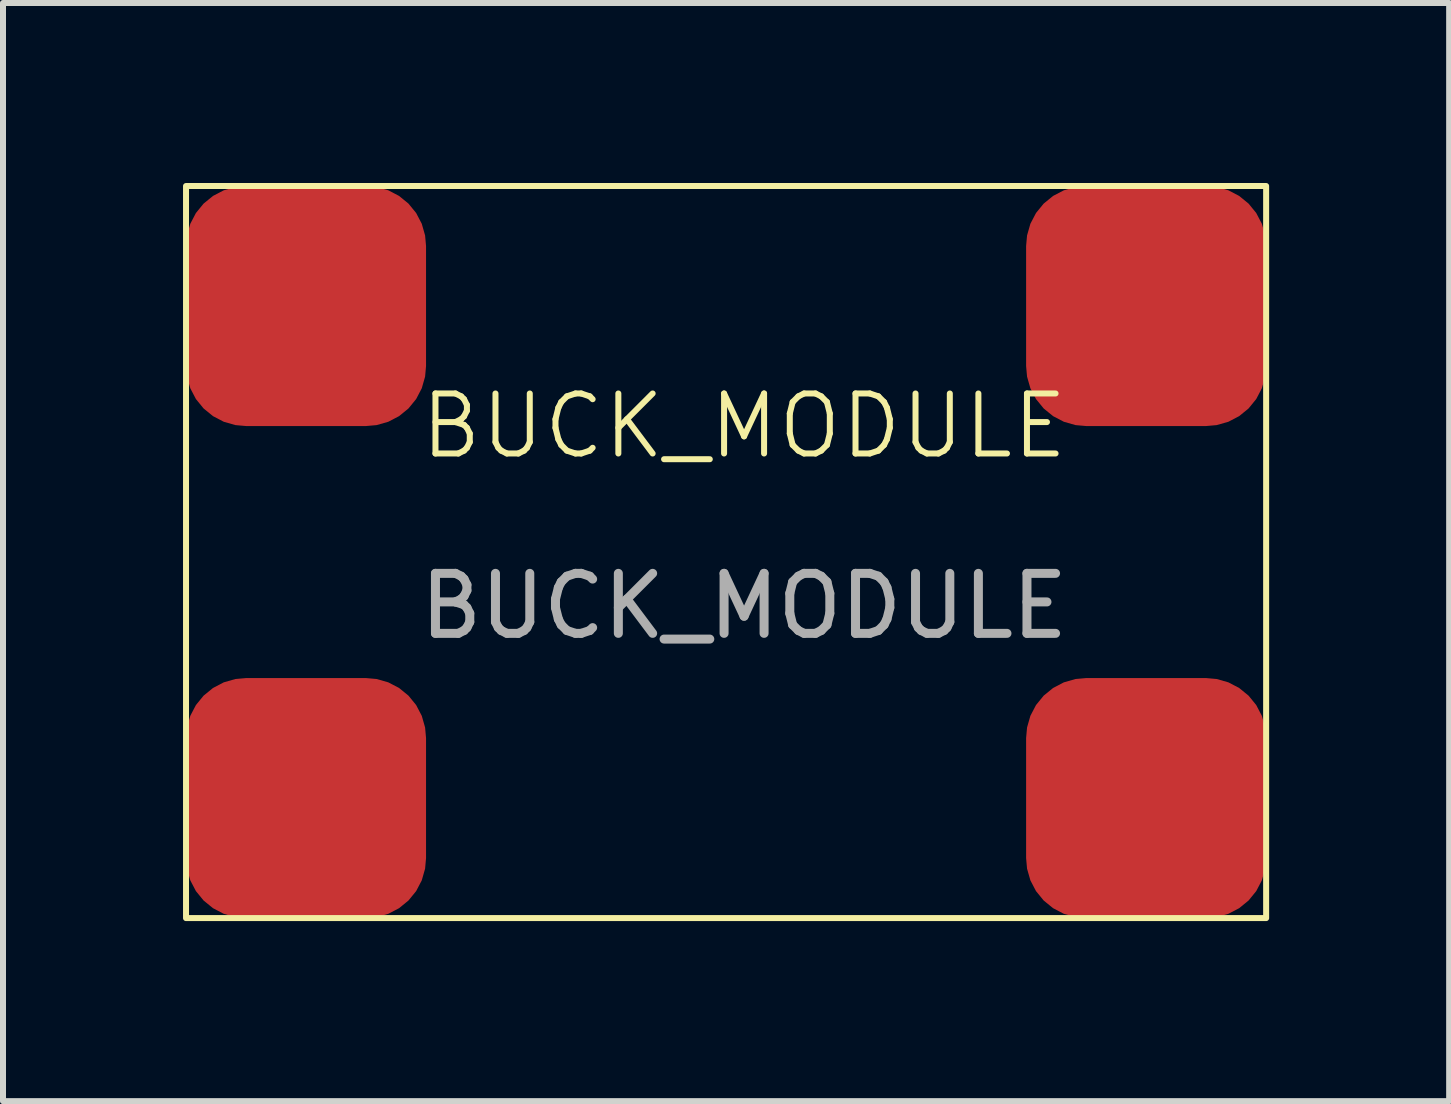
<source format=kicad_pcb>
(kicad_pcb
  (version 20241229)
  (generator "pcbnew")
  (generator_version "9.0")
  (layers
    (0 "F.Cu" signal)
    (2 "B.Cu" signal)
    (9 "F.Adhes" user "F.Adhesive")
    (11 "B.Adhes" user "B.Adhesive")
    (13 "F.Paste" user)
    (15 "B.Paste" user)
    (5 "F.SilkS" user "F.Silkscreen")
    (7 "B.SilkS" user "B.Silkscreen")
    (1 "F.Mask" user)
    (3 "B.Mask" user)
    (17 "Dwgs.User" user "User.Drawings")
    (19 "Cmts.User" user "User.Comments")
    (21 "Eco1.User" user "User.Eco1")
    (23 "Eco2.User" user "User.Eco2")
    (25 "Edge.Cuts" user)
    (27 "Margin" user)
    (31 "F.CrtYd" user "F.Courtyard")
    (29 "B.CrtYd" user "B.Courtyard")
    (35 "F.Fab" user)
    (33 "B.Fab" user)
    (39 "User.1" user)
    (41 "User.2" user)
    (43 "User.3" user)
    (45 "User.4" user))
  (footprint "BUCK_MODULE"
    (layer "F.Cu")
    (at 9.55 6.05)
    (property "Reference" "BUCK_MODULE" (at -0.2 -2 0) (unlocked yes) (layer "F.SilkS") (effects (font (size 1 1) (thickness 0.1))))
    (attr smd)
    (fp_rect (start -9.5 -6) (end 8.5 6.2) (stroke (width 0.1) (type default)) (fill no) (layer "F.SilkS"))
    (fp_text user "${REFERENCE}" (at -0.2 1 0) (unlocked yes) (layer "F.Fab") (effects (font (size 1 1) (thickness 0.15))))
    (pad "1" smd roundrect (at -7.5 -4) (size 4 4) (layers "F.Cu" "F.Mask" "F.Paste") (roundrect_rratio 0.25))
    (pad "2" smd roundrect (at -7.5 4.2) (size 4 4) (layers "F.Cu" "F.Mask" "F.Paste") (roundrect_rratio 0.25))
    (pad "3" smd roundrect (at 6.5 -4) (size 4 4) (layers "F.Cu" "F.Mask" "F.Paste") (roundrect_rratio 0.25))
    (pad "4" smd roundrect (at 6.5 4.2) (size 4 4) (layers "F.Cu" "F.Mask" "F.Paste") (roundrect_rratio 0.25)))
  (gr_rect
    (start -3 -3)
    (end 21.1 15.3)
    (stroke (width 0.1) (type default))
    (fill no)
    (layer "Edge.Cuts")))
</source>
